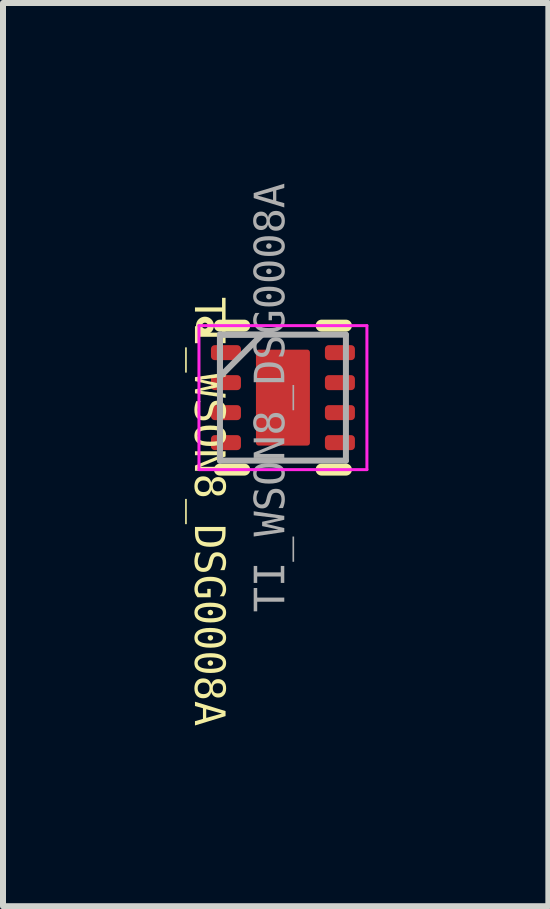
<source format=kicad_pcb>
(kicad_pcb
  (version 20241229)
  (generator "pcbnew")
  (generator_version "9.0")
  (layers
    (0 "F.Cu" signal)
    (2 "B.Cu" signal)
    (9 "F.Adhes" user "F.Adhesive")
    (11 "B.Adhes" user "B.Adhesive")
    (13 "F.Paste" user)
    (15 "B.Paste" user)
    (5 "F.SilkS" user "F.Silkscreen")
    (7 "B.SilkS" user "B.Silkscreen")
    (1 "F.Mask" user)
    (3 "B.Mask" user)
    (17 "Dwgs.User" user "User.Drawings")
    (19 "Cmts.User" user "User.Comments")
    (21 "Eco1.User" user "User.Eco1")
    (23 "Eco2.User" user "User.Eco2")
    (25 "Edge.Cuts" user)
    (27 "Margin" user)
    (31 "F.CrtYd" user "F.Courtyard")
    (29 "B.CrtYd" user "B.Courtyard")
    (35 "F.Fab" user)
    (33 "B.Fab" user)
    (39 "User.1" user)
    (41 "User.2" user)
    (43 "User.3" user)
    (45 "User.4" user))
  (footprint "TI_WSON8_DSG0008A"
    (layer "F.Cu")
    (at 1.667 3.579)
    (property "Reference" "TI_WSON8_DSG0008A" (at -1.259 1.899 270) (unlocked yes) (layer "F.SilkS") (effects (font (face "Consolas") (size 0.5 0.5) (thickness 0.254))))
    (fp_line (start -0.645 -1.2) (end -1.05 -1.2) (stroke (width 0.2) (type solid)) (layer "F.SilkS"))
    (fp_line (start -0.645 1.2) (end -1.05 1.2) (stroke (width 0.2) (type solid)) (layer "F.SilkS"))
    (fp_line (start 1.05 -1.2) (end 0.645 -1.2) (stroke (width 0.2) (type solid)) (layer "F.SilkS"))
    (fp_line (start 1.05 1.2) (end 0.645 1.2) (stroke (width 0.2) (type solid)) (layer "F.SilkS"))
    (fp_circle (center -1.3 -1.2) (end -1.335 -1.165) (stroke (width 0.1) (type solid)) (fill no) (layer "F.SilkS"))
    (fp_poly (pts (xy -0.45 -0.1) (xy 0.45 -0.1) (xy 0.45 -0.8) (xy -0.45 -0.8)) (stroke (width 0) (type default)) (fill yes) (layer "F.Paste"))
    (fp_poly (pts (xy -0.45 0.8) (xy 0.45 0.8) (xy 0.45 0.1) (xy -0.45 0.1)) (stroke (width 0) (type default)) (fill yes) (layer "F.Paste"))
    (fp_line (start -1.4 1.2) (end -1.4 -1.2) (stroke (width 0.05) (type solid)) (layer "F.CrtYd"))
    (fp_line (start 1.4 -1.2) (end -1.4 -1.2) (stroke (width 0.05) (type solid)) (layer "F.CrtYd"))
    (fp_line (start 1.4 1.2) (end -1.4 1.2) (stroke (width 0.05) (type solid)) (layer "F.CrtYd"))
    (fp_line (start 1.4 1.2) (end 1.4 -1.2) (stroke (width 0.05) (type solid)) (layer "F.CrtYd"))
    (fp_line (start -1.05 1.05) (end -1.05 -1.05) (stroke (width 0.1) (type solid)) (layer "F.Fab"))
    (fp_line (start 1.05 -1.05) (end -1.05 -1.05) (stroke (width 0.1) (type solid)) (layer "F.Fab"))
    (fp_line (start 1.05 1.05) (end -1.05 1.05) (stroke (width 0.1) (type solid)) (layer "F.Fab"))
    (fp_line (start 1.05 1.05) (end 1.05 -1.05) (stroke (width 0.1) (type solid)) (layer "F.Fab"))
    (fp_poly (pts (xy -1.05 -0.35) (xy -0.35 -1.05) (xy -1.05 -1.05)) (stroke (width 0.1) (type default)) (fill no) (layer "F.Fab"))
    (fp_line (start 0 0.5) (end 0.000007 -0.5) (stroke (width 0.1) (type solid)) (layer "User.1"))
    (fp_line (start 0.5 0) (end -0.5 0) (stroke (width 0.1) (type solid)) (layer "User.1"))
    (fp_text user "${REFERENCE}" (at -0.185 -0.00001 90) (unlocked yes) (layer "F.Fab") (effects (font (face "Consolas") (size 0.5 0.5) (thickness 0.254))))
    (pad "1" smd roundrect (at -0.95 -0.75 90) (size 0.25 0.5) (layers "F.Cu" "F.Mask" "F.Paste") (roundrect_rratio 0.25))
    (pad "2" smd roundrect (at -0.95 -0.25 90) (size 0.25 0.5) (layers "F.Cu" "F.Mask" "F.Paste") (roundrect_rratio 0.25))
    (pad "3" smd roundrect (at -0.95 0.25 90) (size 0.25 0.5) (layers "F.Cu" "F.Mask" "F.Paste") (roundrect_rratio 0.25))
    (pad "4" smd roundrect (at -0.95 0.75 90) (size 0.25 0.5) (layers "F.Cu" "F.Mask" "F.Paste") (roundrect_rratio 0.25))
    (pad "5" smd roundrect (at 0.95 0.75 90) (size 0.25 0.5) (layers "F.Cu" "F.Mask" "F.Paste") (roundrect_rratio 0.25))
    (pad "6" smd roundrect (at 0.95 0.25 90) (size 0.25 0.5) (layers "F.Cu" "F.Mask" "F.Paste") (roundrect_rratio 0.25))
    (pad "7" smd roundrect (at 0.95 -0.25 90) (size 0.25 0.5) (layers "F.Cu" "F.Mask" "F.Paste") (roundrect_rratio 0.25))
    (pad "8" smd roundrect (at 0.95 -0.75 90) (size 0.25 0.5) (layers "F.Cu" "F.Mask" "F.Paste") (roundrect_rratio 0.25))
    (pad "9" smd roundrect (at 0 0 90) (size 1.6 0.9) (layers "F.Cu" "F.Mask" "F.Paste") (roundrect_rratio 0.05)))
  (gr_rect
    (start -3 -3)
    (end 6.092 12.058)
    (stroke (width 0.1) (type default))
    (fill no)
    (layer "Edge.Cuts")))
</source>
